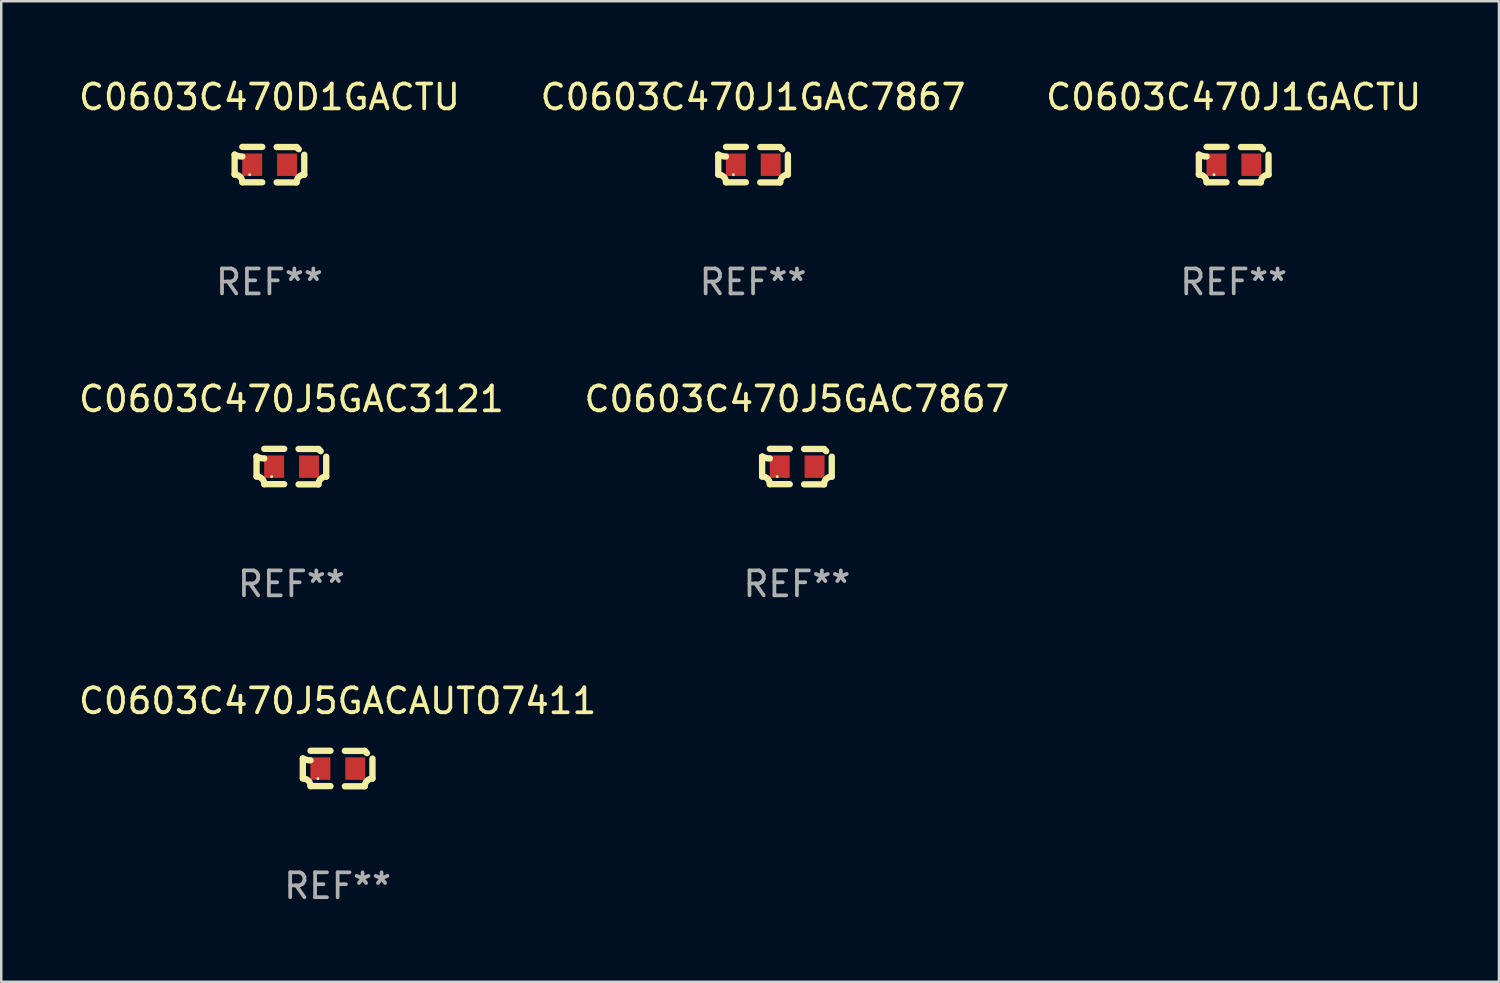
<source format=kicad_pcb>
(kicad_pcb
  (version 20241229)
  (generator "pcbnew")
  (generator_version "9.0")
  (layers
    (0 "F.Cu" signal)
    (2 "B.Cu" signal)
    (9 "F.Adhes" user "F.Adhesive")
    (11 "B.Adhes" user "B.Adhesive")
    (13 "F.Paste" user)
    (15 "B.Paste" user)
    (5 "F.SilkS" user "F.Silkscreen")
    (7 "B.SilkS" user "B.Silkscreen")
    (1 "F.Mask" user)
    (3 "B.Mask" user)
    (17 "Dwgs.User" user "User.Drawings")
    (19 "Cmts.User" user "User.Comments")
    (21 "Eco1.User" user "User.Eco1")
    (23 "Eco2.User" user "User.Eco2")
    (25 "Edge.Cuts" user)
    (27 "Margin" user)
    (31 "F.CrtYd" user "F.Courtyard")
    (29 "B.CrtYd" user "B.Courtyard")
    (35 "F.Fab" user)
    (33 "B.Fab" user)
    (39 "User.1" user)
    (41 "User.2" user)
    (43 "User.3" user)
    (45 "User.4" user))
  (footprint "C0603C470J1GACTU"
    (layer "F.Cu")
    (at 46.482 3.561)
    (property "Reference" "C0603C470J1GACTU" (at 0 -2.713 0) (layer "F.SilkS") (effects (font (size 1 1) (thickness 0.15))))
    (attr through_hole)
    (fp_line (start -1.398 -0.403) (end -1.398 0.397) (stroke (width 0.254) (type solid)) (layer "F.SilkS"))
    (fp_line (start -0.288 -0.713) (end -1.088 -0.713) (stroke (width 0.254) (type solid)) (layer "F.SilkS"))
    (fp_line (start -0.288 0.707) (end -1.088 0.707) (stroke (width 0.254) (type solid)) (layer "F.SilkS"))
    (fp_line (start 0.288 -0.707) (end 1.088 -0.707) (stroke (width 0.254) (type solid)) (layer "F.SilkS"))
    (fp_line (start 0.288 0.713) (end 1.088 0.713) (stroke (width 0.254) (type solid)) (layer "F.SilkS"))
    (fp_line (start 1.398 -0.397) (end 1.398 0.403) (stroke (width 0.254) (type solid)) (layer "F.SilkS"))
    (fp_arc (start -1.397789 0.397066) (mid -1.178701 0.487826) (end -1.08796 0.706922) (stroke (width 0.254001) (type solid)) (layer "F.SilkS"))
    (fp_arc (start -1.08796 -0.327176) (mid -1.247436 -0.346384) (end -1.39779 -0.402908) (stroke (width 0.254001) (type solid)) (layer "F.SilkS"))
    (fp_arc (start 1.087909 0.712738) (mid 1.178656 0.493655) (end 1.397739 0.402908) (stroke (width 0.254001) (type solid)) (layer "F.SilkS"))
    (fp_arc (start 1.175925 -0.618926) (mid 1.131917 -0.662923) (end 1.08791 -0.706922) (stroke (width 0.254001) (type solid)) (layer "F.SilkS"))
    (fp_circle (center -0.792 0.403) (end -0.762 0.403) (stroke (width 0.06) (type solid)) (fill no) (layer "F.SilkS"))
    (fp_text user "REF**" (at 0 4.713 0) (layer "F.Fab") (effects (font (size 1 1) (thickness 0.15))))
    (pad "1" smd rect (at -0.692 0.003) (size 0.8 0.9) (layers "F.Cu" "F.Mask" "F.Paste"))
    (pad "2" smd rect (at 0.708 0.003) (size 0.8 0.9) (layers "F.Cu" "F.Mask" "F.Paste")))
  (footprint "C0603C470J5GACAUTO7411"
    (layer "F.Cu")
    (at 10.506 27.805)
    (property "Reference" "C0603C470J5GACAUTO7411" (at 0 -2.713 0) (layer "F.SilkS") (effects (font (size 1 1) (thickness 0.15))))
    (attr through_hole)
    (fp_line (start -1.398 -0.403) (end -1.398 0.397) (stroke (width 0.254) (type solid)) (layer "F.SilkS"))
    (fp_line (start -0.288 -0.713) (end -1.088 -0.713) (stroke (width 0.254) (type solid)) (layer "F.SilkS"))
    (fp_line (start -0.288 0.707) (end -1.088 0.707) (stroke (width 0.254) (type solid)) (layer "F.SilkS"))
    (fp_line (start 0.288 -0.707) (end 1.088 -0.707) (stroke (width 0.254) (type solid)) (layer "F.SilkS"))
    (fp_line (start 0.288 0.713) (end 1.088 0.713) (stroke (width 0.254) (type solid)) (layer "F.SilkS"))
    (fp_line (start 1.398 -0.397) (end 1.398 0.403) (stroke (width 0.254) (type solid)) (layer "F.SilkS"))
    (fp_arc (start -1.397789 0.397066) (mid -1.178701 0.487826) (end -1.08796 0.706922) (stroke (width 0.254001) (type solid)) (layer "F.SilkS"))
    (fp_arc (start -1.08796 -0.327176) (mid -1.247436 -0.346384) (end -1.39779 -0.402908) (stroke (width 0.254001) (type solid)) (layer "F.SilkS"))
    (fp_arc (start 1.087909 0.712738) (mid 1.178656 0.493655) (end 1.397739 0.402908) (stroke (width 0.254001) (type solid)) (layer "F.SilkS"))
    (fp_arc (start 1.175925 -0.618926) (mid 1.131917 -0.662923) (end 1.08791 -0.706922) (stroke (width 0.254001) (type solid)) (layer "F.SilkS"))
    (fp_circle (center -0.792 0.403) (end -0.762 0.403) (stroke (width 0.06) (type solid)) (fill no) (layer "F.SilkS"))
    (fp_text user "REF**" (at 0 4.713 0) (layer "F.Fab") (effects (font (size 1 1) (thickness 0.15))))
    (pad "1" smd rect (at -0.692 0.003) (size 0.8 0.9) (layers "F.Cu" "F.Mask" "F.Paste"))
    (pad "2" smd rect (at 0.708 0.003) (size 0.8 0.9) (layers "F.Cu" "F.Mask" "F.Paste")))
  (footprint "C0603C470D1GACTU"
    (layer "F.Cu")
    (at 7.768 3.561)
    (property "Reference" "C0603C470D1GACTU" (at 0 -2.713 0) (layer "F.SilkS") (effects (font (size 1 1) (thickness 0.15))))
    (attr through_hole)
    (fp_line (start -1.398 -0.403) (end -1.398 0.397) (stroke (width 0.254) (type solid)) (layer "F.SilkS"))
    (fp_line (start -0.288 -0.713) (end -1.088 -0.713) (stroke (width 0.254) (type solid)) (layer "F.SilkS"))
    (fp_line (start -0.288 0.707) (end -1.088 0.707) (stroke (width 0.254) (type solid)) (layer "F.SilkS"))
    (fp_line (start 0.288 -0.707) (end 1.088 -0.707) (stroke (width 0.254) (type solid)) (layer "F.SilkS"))
    (fp_line (start 0.288 0.713) (end 1.088 0.713) (stroke (width 0.254) (type solid)) (layer "F.SilkS"))
    (fp_line (start 1.398 -0.397) (end 1.398 0.403) (stroke (width 0.254) (type solid)) (layer "F.SilkS"))
    (fp_arc (start -1.397789 0.397066) (mid -1.178701 0.487826) (end -1.08796 0.706922) (stroke (width 0.254001) (type solid)) (layer "F.SilkS"))
    (fp_arc (start -1.08796 -0.327176) (mid -1.247436 -0.346384) (end -1.39779 -0.402908) (stroke (width 0.254001) (type solid)) (layer "F.SilkS"))
    (fp_arc (start 1.087909 0.712738) (mid 1.178656 0.493655) (end 1.397739 0.402908) (stroke (width 0.254001) (type solid)) (layer "F.SilkS"))
    (fp_arc (start 1.175925 -0.618926) (mid 1.131917 -0.662923) (end 1.08791 -0.706922) (stroke (width 0.254001) (type solid)) (layer "F.SilkS"))
    (fp_circle (center -0.792 0.403) (end -0.762 0.403) (stroke (width 0.06) (type solid)) (fill no) (layer "F.SilkS"))
    (fp_text user "REF**" (at 0 4.713 0) (layer "F.Fab") (effects (font (size 1 1) (thickness 0.15))))
    (pad "1" smd rect (at -0.692 0.003) (size 0.8 0.9) (layers "F.Cu" "F.Mask" "F.Paste"))
    (pad "2" smd rect (at 0.708 0.003) (size 0.8 0.9) (layers "F.Cu" "F.Mask" "F.Paste")))
  (footprint "C0603C470J1GAC7867"
    (layer "F.Cu")
    (at 27.185 3.561)
    (property "Reference" "C0603C470J1GAC7867" (at 0 -2.713 0) (layer "F.SilkS") (effects (font (size 1 1) (thickness 0.15))))
    (attr through_hole)
    (fp_line (start -1.398 -0.403) (end -1.398 0.397) (stroke (width 0.254) (type solid)) (layer "F.SilkS"))
    (fp_line (start -0.288 -0.713) (end -1.088 -0.713) (stroke (width 0.254) (type solid)) (layer "F.SilkS"))
    (fp_line (start -0.288 0.707) (end -1.088 0.707) (stroke (width 0.254) (type solid)) (layer "F.SilkS"))
    (fp_line (start 0.288 -0.707) (end 1.088 -0.707) (stroke (width 0.254) (type solid)) (layer "F.SilkS"))
    (fp_line (start 0.288 0.713) (end 1.088 0.713) (stroke (width 0.254) (type solid)) (layer "F.SilkS"))
    (fp_line (start 1.398 -0.397) (end 1.398 0.403) (stroke (width 0.254) (type solid)) (layer "F.SilkS"))
    (fp_arc (start -1.397789 0.397066) (mid -1.178701 0.487826) (end -1.08796 0.706922) (stroke (width 0.254001) (type solid)) (layer "F.SilkS"))
    (fp_arc (start -1.08796 -0.327176) (mid -1.247436 -0.346384) (end -1.39779 -0.402908) (stroke (width 0.254001) (type solid)) (layer "F.SilkS"))
    (fp_arc (start 1.087909 0.712738) (mid 1.178656 0.493655) (end 1.397739 0.402908) (stroke (width 0.254001) (type solid)) (layer "F.SilkS"))
    (fp_arc (start 1.175925 -0.618926) (mid 1.131917 -0.662923) (end 1.08791 -0.706922) (stroke (width 0.254001) (type solid)) (layer "F.SilkS"))
    (fp_circle (center -0.792 0.403) (end -0.762 0.403) (stroke (width 0.06) (type solid)) (fill no) (layer "F.SilkS"))
    (fp_text user "REF**" (at 0 4.713 0) (layer "F.Fab") (effects (font (size 1 1) (thickness 0.15))))
    (pad "1" smd rect (at -0.692 0.003) (size 0.8 0.9) (layers "F.Cu" "F.Mask" "F.Paste"))
    (pad "2" smd rect (at 0.708 0.003) (size 0.8 0.9) (layers "F.Cu" "F.Mask" "F.Paste")))
  (footprint "C0603C470J5GAC3121"
    (layer "F.Cu")
    (at 8.649 15.683)
    (property "Reference" "C0603C470J5GAC3121" (at 0 -2.713 0) (layer "F.SilkS") (effects (font (size 1 1) (thickness 0.15))))
    (attr through_hole)
    (fp_line (start -1.398 -0.403) (end -1.398 0.397) (stroke (width 0.254) (type solid)) (layer "F.SilkS"))
    (fp_line (start -0.288 -0.713) (end -1.088 -0.713) (stroke (width 0.254) (type solid)) (layer "F.SilkS"))
    (fp_line (start -0.288 0.707) (end -1.088 0.707) (stroke (width 0.254) (type solid)) (layer "F.SilkS"))
    (fp_line (start 0.288 -0.707) (end 1.088 -0.707) (stroke (width 0.254) (type solid)) (layer "F.SilkS"))
    (fp_line (start 0.288 0.713) (end 1.088 0.713) (stroke (width 0.254) (type solid)) (layer "F.SilkS"))
    (fp_line (start 1.398 -0.397) (end 1.398 0.403) (stroke (width 0.254) (type solid)) (layer "F.SilkS"))
    (fp_arc (start -1.397789 0.397066) (mid -1.178701 0.487826) (end -1.08796 0.706922) (stroke (width 0.254001) (type solid)) (layer "F.SilkS"))
    (fp_arc (start -1.08796 -0.327176) (mid -1.247436 -0.346384) (end -1.39779 -0.402908) (stroke (width 0.254001) (type solid)) (layer "F.SilkS"))
    (fp_arc (start 1.087909 0.712738) (mid 1.178656 0.493655) (end 1.397739 0.402908) (stroke (width 0.254001) (type solid)) (layer "F.SilkS"))
    (fp_arc (start 1.175925 -0.618926) (mid 1.131917 -0.662923) (end 1.08791 -0.706922) (stroke (width 0.254001) (type solid)) (layer "F.SilkS"))
    (fp_circle (center -0.792 0.403) (end -0.762 0.403) (stroke (width 0.06) (type solid)) (fill no) (layer "F.SilkS"))
    (fp_text user "REF**" (at 0 4.713 0) (layer "F.Fab") (effects (font (size 1 1) (thickness 0.15))))
    (pad "1" smd rect (at -0.692 0.003) (size 0.8 0.9) (layers "F.Cu" "F.Mask" "F.Paste"))
    (pad "2" smd rect (at 0.708 0.003) (size 0.8 0.9) (layers "F.Cu" "F.Mask" "F.Paste")))
  (footprint "C0603C470J5GAC7867"
    (layer "F.Cu")
    (at 28.946 15.683)
    (property "Reference" "C0603C470J5GAC7867" (at 0 -2.713 0) (layer "F.SilkS") (effects (font (size 1 1) (thickness 0.15))))
    (attr through_hole)
    (fp_line (start -1.398 -0.403) (end -1.398 0.397) (stroke (width 0.254) (type solid)) (layer "F.SilkS"))
    (fp_line (start -0.288 -0.713) (end -1.088 -0.713) (stroke (width 0.254) (type solid)) (layer "F.SilkS"))
    (fp_line (start -0.288 0.707) (end -1.088 0.707) (stroke (width 0.254) (type solid)) (layer "F.SilkS"))
    (fp_line (start 0.288 -0.707) (end 1.088 -0.707) (stroke (width 0.254) (type solid)) (layer "F.SilkS"))
    (fp_line (start 0.288 0.713) (end 1.088 0.713) (stroke (width 0.254) (type solid)) (layer "F.SilkS"))
    (fp_line (start 1.398 -0.397) (end 1.398 0.403) (stroke (width 0.254) (type solid)) (layer "F.SilkS"))
    (fp_arc (start -1.397789 0.397066) (mid -1.178701 0.487826) (end -1.08796 0.706922) (stroke (width 0.254001) (type solid)) (layer "F.SilkS"))
    (fp_arc (start -1.08796 -0.327176) (mid -1.247436 -0.346384) (end -1.39779 -0.402908) (stroke (width 0.254001) (type solid)) (layer "F.SilkS"))
    (fp_arc (start 1.087909 0.712738) (mid 1.178656 0.493655) (end 1.397739 0.402908) (stroke (width 0.254001) (type solid)) (layer "F.SilkS"))
    (fp_arc (start 1.175925 -0.618926) (mid 1.131917 -0.662923) (end 1.08791 -0.706922) (stroke (width 0.254001) (type solid)) (layer "F.SilkS"))
    (fp_circle (center -0.792 0.403) (end -0.762 0.403) (stroke (width 0.06) (type solid)) (fill no) (layer "F.SilkS"))
    (fp_text user "REF**" (at 0 4.713 0) (layer "F.Fab") (effects (font (size 1 1) (thickness 0.15))))
    (pad "1" smd rect (at -0.692 0.003) (size 0.8 0.9) (layers "F.Cu" "F.Mask" "F.Paste"))
    (pad "2" smd rect (at 0.708 0.003) (size 0.8 0.9) (layers "F.Cu" "F.Mask" "F.Paste")))
  (gr_rect
    (start -3 -3)
    (end 57.131 36.366)
    (stroke (width 0.1) (type default))
    (fill no)
    (layer "Edge.Cuts")))
</source>
